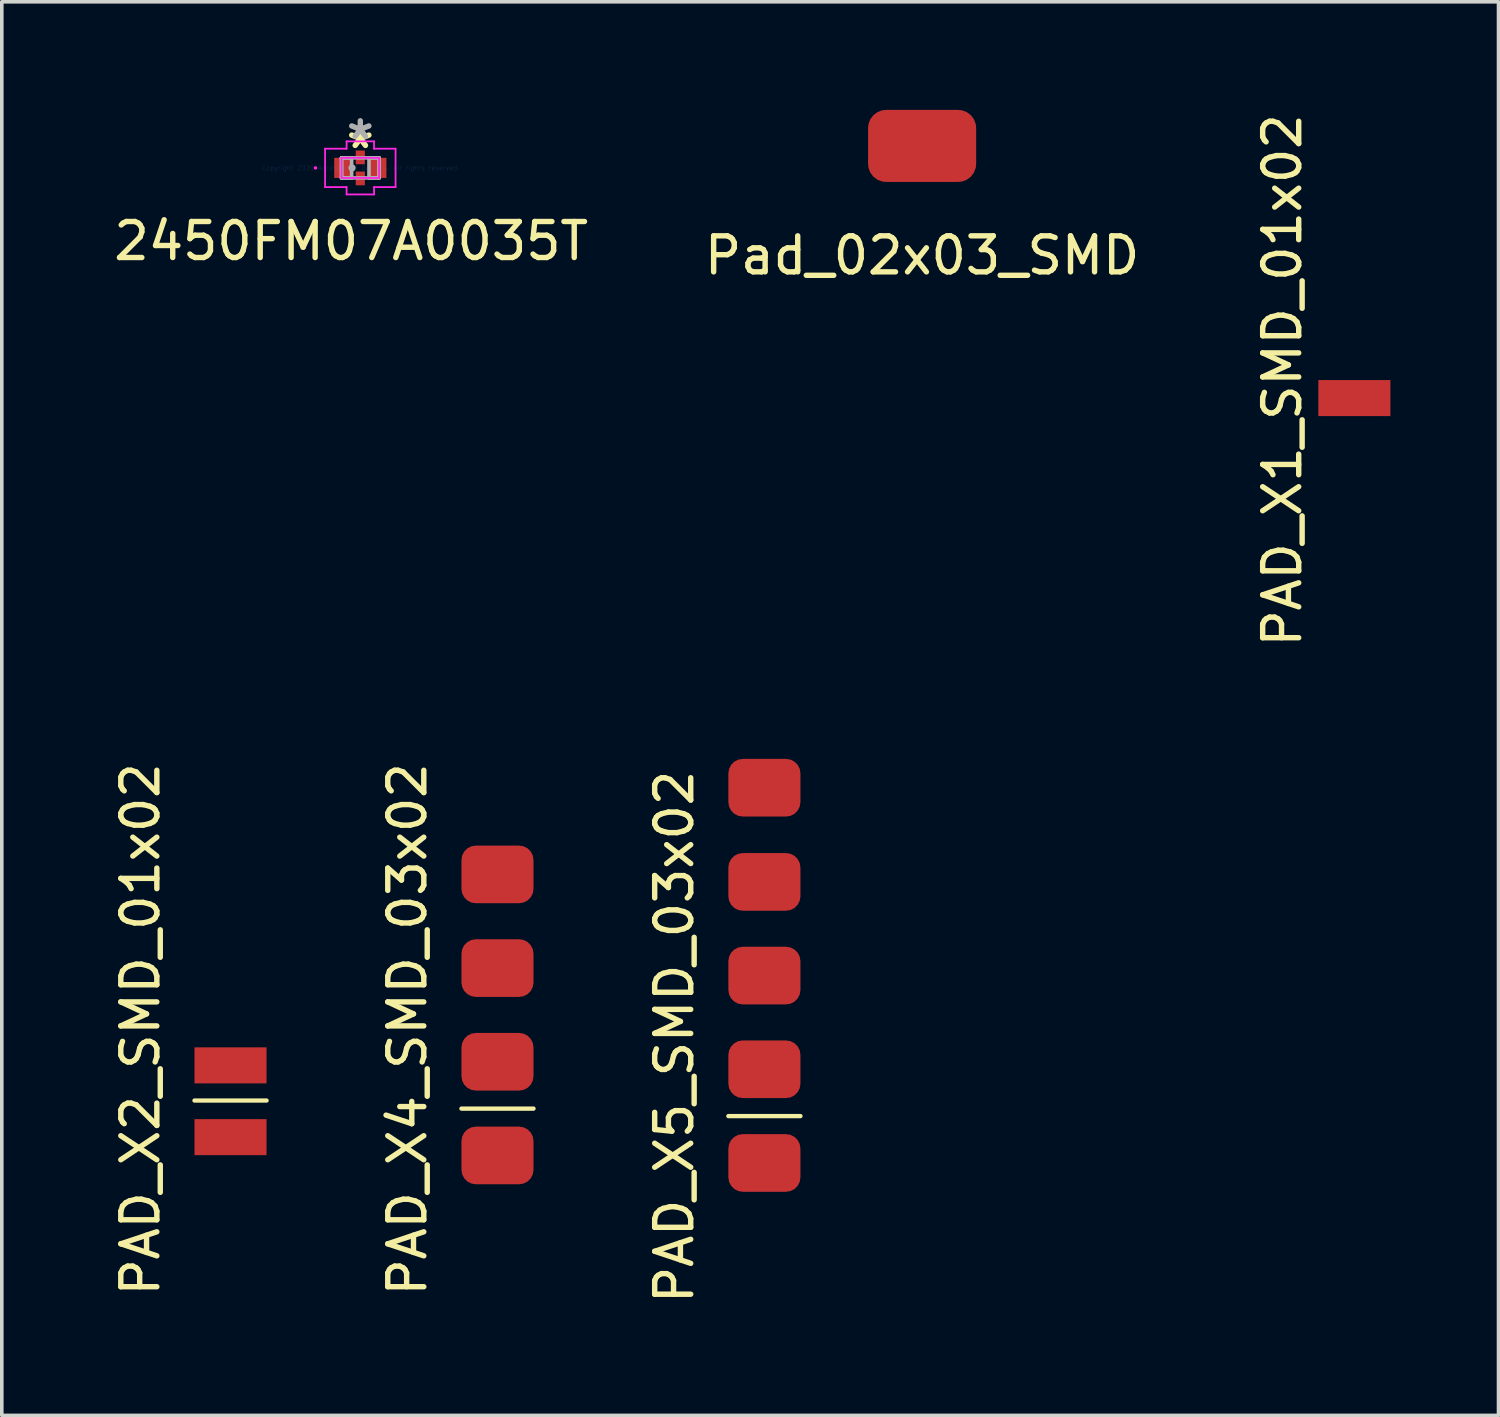
<source format=kicad_pcb>
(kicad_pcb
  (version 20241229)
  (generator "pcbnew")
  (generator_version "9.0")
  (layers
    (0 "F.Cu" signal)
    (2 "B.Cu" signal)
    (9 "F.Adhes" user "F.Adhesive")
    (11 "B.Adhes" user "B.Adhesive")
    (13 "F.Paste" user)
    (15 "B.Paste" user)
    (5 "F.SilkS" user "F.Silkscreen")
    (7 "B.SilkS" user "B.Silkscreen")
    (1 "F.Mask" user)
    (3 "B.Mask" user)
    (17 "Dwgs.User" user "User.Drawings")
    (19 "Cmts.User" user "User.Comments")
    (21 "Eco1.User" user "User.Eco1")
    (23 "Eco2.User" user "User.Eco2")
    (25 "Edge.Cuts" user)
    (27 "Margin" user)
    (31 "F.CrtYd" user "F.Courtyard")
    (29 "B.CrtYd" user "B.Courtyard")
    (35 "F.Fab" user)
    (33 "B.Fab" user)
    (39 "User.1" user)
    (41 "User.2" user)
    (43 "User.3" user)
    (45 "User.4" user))
  (footprint "2450FM07A0035T"
    (layer "F.Cu")
    (at 6.95 1.61)
    (property "Reference" "2450FM07A0035T" (at -0.254 2.032 0) (layer "F.SilkS") (effects (font (size 1 1) (thickness 0.15))))
    (attr through_hole)
    (fp_line (start -0.978 -0.533) (end -0.381 -0.533) (stroke (width 0.05) (type solid)) (layer "F.CrtYd"))
    (fp_line (start -0.978 0.533) (end -0.978 -0.533) (stroke (width 0.05) (type solid)) (layer "F.CrtYd"))
    (fp_line (start -0.521 -0.279) (end 0.521 -0.279) (stroke (width 0.05) (type solid)) (layer "F.CrtYd"))
    (fp_line (start -0.521 0.279) (end -0.521 -0.279) (stroke (width 0.05) (type solid)) (layer "F.CrtYd"))
    (fp_line (start -0.381 -0.737) (end 0.381 -0.737) (stroke (width 0.05) (type solid)) (layer "F.CrtYd"))
    (fp_line (start -0.381 -0.533) (end -0.381 -0.737) (stroke (width 0.05) (type solid)) (layer "F.CrtYd"))
    (fp_line (start -0.381 0.533) (end -0.978 0.533) (stroke (width 0.05) (type solid)) (layer "F.CrtYd"))
    (fp_line (start -0.381 0.737) (end -0.381 0.533) (stroke (width 0.05) (type solid)) (layer "F.CrtYd"))
    (fp_line (start 0.381 -0.737) (end 0.381 -0.533) (stroke (width 0.05) (type solid)) (layer "F.CrtYd"))
    (fp_line (start 0.381 -0.533) (end 0.978 -0.533) (stroke (width 0.05) (type solid)) (layer "F.CrtYd"))
    (fp_line (start 0.381 0.533) (end 0.381 0.737) (stroke (width 0.05) (type solid)) (layer "F.CrtYd"))
    (fp_line (start 0.381 0.737) (end -0.381 0.737) (stroke (width 0.05) (type solid)) (layer "F.CrtYd"))
    (fp_line (start 0.521 -0.279) (end 0.521 0.279) (stroke (width 0.05) (type solid)) (layer "F.CrtYd"))
    (fp_line (start 0.521 0.279) (end -0.521 0.279) (stroke (width 0.05) (type solid)) (layer "F.CrtYd"))
    (fp_line (start 0.978 -0.533) (end 0.978 0.533) (stroke (width 0.05) (type solid)) (layer "F.CrtYd"))
    (fp_line (start 0.978 0.533) (end 0.381 0.533) (stroke (width 0.05) (type solid)) (layer "F.CrtYd"))
    (fp_circle (center -1.245 0) (end -1.245 0) (stroke (width 0.05) (type solid)) (fill no) (layer "F.CrtYd"))
    (fp_line (start -0.521 -0.279) (end -0.521 0.279) (stroke (width 0.1) (type solid)) (layer "F.Fab"))
    (fp_line (start -0.521 -0.279) (end -0.521 0.279) (stroke (width 0.1) (type solid)) (layer "F.Fab"))
    (fp_line (start -0.521 0.279) (end -0.241 0.279) (stroke (width 0.1) (type solid)) (layer "F.Fab"))
    (fp_line (start -0.521 0.279) (end 0.521 0.279) (stroke (width 0.1) (type solid)) (layer "F.Fab"))
    (fp_line (start -0.241 -0.279) (end -0.521 -0.279) (stroke (width 0.1) (type solid)) (layer "F.Fab"))
    (fp_line (start -0.241 0.279) (end -0.241 -0.279) (stroke (width 0.1) (type solid)) (layer "F.Fab"))
    (fp_line (start 0.241 -0.279) (end 0.241 0.279) (stroke (width 0.1) (type solid)) (layer "F.Fab"))
    (fp_line (start 0.241 0.279) (end 0.521 0.279) (stroke (width 0.1) (type solid)) (layer "F.Fab"))
    (fp_line (start 0.521 -0.279) (end -0.521 -0.279) (stroke (width 0.1) (type solid)) (layer "F.Fab"))
    (fp_line (start 0.521 -0.279) (end 0.241 -0.279) (stroke (width 0.1) (type solid)) (layer "F.Fab"))
    (fp_line (start 0.521 0.279) (end 0.521 -0.279) (stroke (width 0.1) (type solid)) (layer "F.Fab"))
    (fp_line (start 0.521 0.279) (end 0.521 -0.279) (stroke (width 0.1) (type solid)) (layer "F.Fab"))
    (fp_circle (center -0.229 0) (end -0.229 0) (stroke (width 0.1) (type solid)) (fill no) (layer "F.Fab"))
    (fp_text user "*" (at 0 -0.508 0) (layer "F.SilkS") (effects (font (size 1 1) (thickness 0.15))))
    (fp_text user "Copyright 2021 Accelerated Designs. All rights reserved." (at 0 0 0) (layer "Cmts.User") (effects (font (size 0.127 0.127) (thickness 0.002))))
    (fp_text user "*" (at 0 -0.762 0) (layer "F.Fab") (effects (font (size 1 1) (thickness 0.15))))
    (pad "1" smd rect (at -0.483 0) (size 0.483 0.559) (layers "F.Cu" "F.Mask" "F.Paste"))
    (pad "2" smd rect (at 0 0.292) (size 0.254 0.381) (layers "F.Cu" "F.Mask" "F.Paste"))
    (pad "3" smd rect (at 0.483 0) (size 0.483 0.559) (layers "F.Cu" "F.Mask" "F.Paste"))
    (pad "4" smd rect (at 0 -0.292) (size 0.254 0.381) (layers "F.Cu" "F.Mask" "F.Paste")))
  (footprint "PAD_X5_SMD_03x02"
    (layer "F.Cu")
    (at 18.165 29.226)
    (property "Reference" "PAD_X5_SMD_03x02" (at -2.5 -3.5 90) (layer "F.SilkS") (effects (font (size 1 1) (thickness 0.15))))
    (attr through_hole)
    (fp_line (start 1 -1.3) (end -1 -1.3) (stroke (width 0.12) (type solid)) (layer "F.SilkS"))
    (pad "1" smd roundrect (at 0 0) (size 2 1.6) (layers "F.Cu" "F.Mask" "F.Paste") (roundrect_rratio 0.25))
    (pad "2" smd roundrect (at 0 -2.6) (size 2 1.6) (layers "F.Cu" "F.Mask" "F.Paste") (roundrect_rratio 0.25))
    (pad "3" smd roundrect (at 0 -5.2) (size 2 1.6) (layers "F.Cu" "F.Mask" "F.Paste") (roundrect_rratio 0.25))
    (pad "4" smd roundrect (at 0 -7.8) (size 2 1.6) (layers "F.Cu" "F.Mask" "F.Paste") (roundrect_rratio 0.25))
    (pad "5" smd roundrect (at 0 -10.414) (size 2 1.6) (layers "F.Cu" "F.Mask" "F.Paste") (roundrect_rratio 0.25)))
  (footprint "PAD_X4_SMD_03x02"
    (layer "F.Cu")
    (at 10.757 29.018)
    (property "Reference" "PAD_X4_SMD_03x02" (at -2.5 -3.5 90) (layer "F.SilkS") (effects (font (size 1 1) (thickness 0.15))))
    (attr through_hole)
    (fp_line (start 1 -1.3) (end -1 -1.3) (stroke (width 0.12) (type solid)) (layer "F.SilkS"))
    (pad "1" smd roundrect (at 0 0) (size 2 1.6) (layers "F.Cu" "F.Mask" "F.Paste") (roundrect_rratio 0.25))
    (pad "2" smd roundrect (at 0 -2.6) (size 2 1.6) (layers "F.Cu" "F.Mask" "F.Paste") (roundrect_rratio 0.25))
    (pad "3" smd roundrect (at 0 -5.2) (size 2 1.6) (layers "F.Cu" "F.Mask" "F.Paste") (roundrect_rratio 0.25))
    (pad "4" smd roundrect (at 0 -7.8) (size 2 1.6) (layers "F.Cu" "F.Mask" "F.Paste") (roundrect_rratio 0.25)))
  (footprint "PAD_X1_SMD_01x02"
    (layer "F.Cu")
    (at 34.539 8.506)
    (property "Reference" "PAD_X1_SMD_01x02" (at -2 -1 90) (layer "F.SilkS") (effects (font (size 1 1) (thickness 0.15))))
    (attr through_hole)
    (pad "1" smd rect (at 0 -0.508) (size 2 1) (layers "F.Cu" "F.Mask" "F.Paste")))
  (footprint "Pad_02x03_SMD"
    (layer "F.Cu")
    (at 22.542 3.54)
    (property "Reference" "Pad_02x03_SMD" (at 0 0.5 0) (layer "F.SilkS") (effects (font (size 1 1) (thickness 0.15))))
    (attr through_hole)
    (pad "1" smd roundrect (at 0 -2.54) (size 3 2) (layers "F.Cu" "F.Mask" "F.Paste") (roundrect_rratio 0.25)))
  (footprint "PAD_X2_SMD_01x02"
    (layer "F.Cu")
    (at 3.348 29.018)
    (property "Reference" "PAD_X2_SMD_01x02" (at -2.5 -3.5 90) (layer "F.SilkS") (effects (font (size 1 1) (thickness 0.15))))
    (attr through_hole)
    (fp_line (start 1 -1.524) (end -1 -1.524) (stroke (width 0.12) (type solid)) (layer "F.SilkS"))
    (pad "1" smd rect (at 0 -0.508) (size 2 1) (layers "F.Cu" "F.Mask" "F.Paste"))
    (pad "2" smd rect (at 0 -2.5) (size 2 1) (layers "F.Cu" "F.Mask" "F.Paste")))
  (gr_rect
    (start -3 -3)
    (end 38.539 36.232)
    (stroke (width 0.1) (type default))
    (fill no)
    (layer "Edge.Cuts")))
</source>
